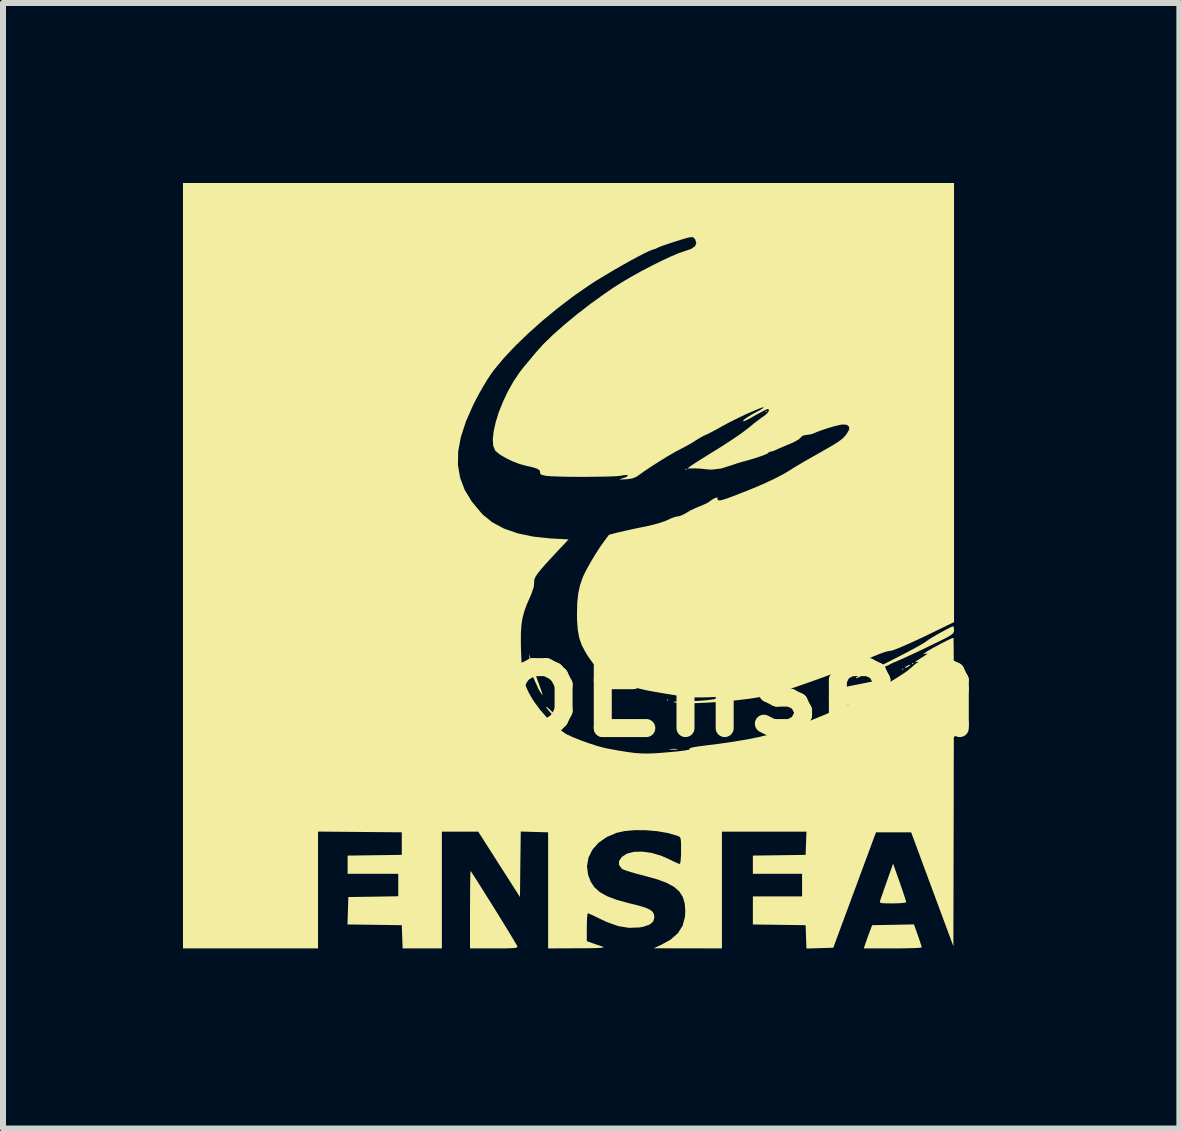
<source format=kicad_pcb>
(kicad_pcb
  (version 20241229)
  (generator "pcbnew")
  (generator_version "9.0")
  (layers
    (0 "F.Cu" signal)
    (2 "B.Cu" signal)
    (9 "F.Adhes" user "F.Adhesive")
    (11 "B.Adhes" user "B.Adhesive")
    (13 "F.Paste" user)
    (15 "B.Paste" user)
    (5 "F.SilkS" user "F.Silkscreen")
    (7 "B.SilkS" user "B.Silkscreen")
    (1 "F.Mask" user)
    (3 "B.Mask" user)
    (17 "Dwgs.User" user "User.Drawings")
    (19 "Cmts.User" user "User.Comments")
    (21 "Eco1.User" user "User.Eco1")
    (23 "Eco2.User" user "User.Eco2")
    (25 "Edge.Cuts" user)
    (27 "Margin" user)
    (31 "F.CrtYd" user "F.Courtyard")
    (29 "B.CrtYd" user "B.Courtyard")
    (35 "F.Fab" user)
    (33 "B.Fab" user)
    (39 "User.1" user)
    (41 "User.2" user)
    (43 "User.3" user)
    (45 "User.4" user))
  (footprint "logoEnsea"
    (layer "F.Cu")
    (at 7.505 8.396)
    (property "Reference" "logoEnsea" (at 0 0 0) (layer "F.SilkS") (effects (font (size 1.524 1.524) (thickness 0.3))))
    (attr board_only exclude_from_pos_files exclude_from_bom)
    (fp_poly (pts (xy 0.586 0.223) (xy 0.575 0.235) (xy 0.563 0.223) (xy 0.575 0.211)) (stroke (width 0) (type solid)) (fill yes) (layer "F.SilkS"))
    (fp_poly (pts (xy 0.891 -3.624) (xy 0.88 -3.612) (xy 0.868 -3.624) (xy 0.88 -3.635)) (stroke (width 0) (type solid)) (fill yes) (layer "F.SilkS"))
    (fp_poly (pts (xy 2.228 -4.585) (xy 2.216 -4.573) (xy 2.205 -4.585) (xy 2.216 -4.597)) (stroke (width 0) (type solid)) (fill yes) (layer "F.SilkS"))
    (fp_poly (pts (xy 3.846 -0.199) (xy 3.835 -0.188) (xy 3.823 -0.199) (xy 3.835 -0.211)) (stroke (width 0) (type solid)) (fill yes) (layer "F.SilkS"))
    (fp_poly (pts (xy 3.893 -0.223) (xy 3.882 -0.211) (xy 3.87 -0.223) (xy 3.882 -0.235)) (stroke (width 0) (type solid)) (fill yes) (layer "F.SilkS"))
    (fp_poly (pts (xy 4.503 -0.293) (xy 4.491 -0.281) (xy 4.48 -0.293) (xy 4.491 -0.305)) (stroke (width 0) (type solid)) (fill yes) (layer "F.SilkS"))
    (fp_poly (pts (xy 4.667 -0.387) (xy 4.655 -0.375) (xy 4.644 -0.387) (xy 4.655 -0.399)) (stroke (width 0) (type solid)) (fill yes) (layer "F.SilkS"))
    (fp_poly (pts (xy 0.733 1.039) (xy 0.743 1.044) (xy 0.712 1.048) (xy 0.668 1.049) (xy 0.615 1.047) (xy 0.6 1.043) (xy 0.616 1.039) (xy 0.685 1.035)) (stroke (width 0) (type solid)) (fill yes) (layer "F.SilkS"))
    (fp_poly (pts (xy 3.792 -0.177) (xy 3.776 -0.164) (xy 3.733 -0.144) (xy 3.717 -0.141) (xy 3.713 -0.151) (xy 3.729 -0.164) (xy 3.772 -0.184) (xy 3.788 -0.187)) (stroke (width 0) (type solid)) (fill yes) (layer "F.SilkS"))
    (fp_poly (pts (xy 4.62 -0.365) (xy 4.602 -0.346) (xy 4.573 -0.328) (xy 4.537 -0.313) (xy 4.527 -0.315) (xy 4.544 -0.334) (xy 4.573 -0.352) (xy 4.61 -0.367)) (stroke (width 0) (type solid)) (fill yes) (layer "F.SilkS"))
    (fp_poly (pts (xy -1.44 0.339) (xy -1.405 0.367) (xy -1.36 0.411) (xy -1.313 0.459) (xy -1.277 0.502) (xy -1.264 0.522) (xy -1.249 0.556) (xy -1.259 0.556) (xy -1.296 0.522) (xy -1.357 0.458) (xy -1.408 0.4) (xy -1.444 0.355) (xy -1.454 0.336)) (stroke (width 0) (type solid)) (fill yes) (layer "F.SilkS"))
    (fp_poly (pts (xy -1.679 -0.362) (xy -1.642 -0.247) (xy -1.601 -0.124) (xy -1.563 -0.02) (xy -1.562 -0.016) (xy -1.534 0.06) (xy -1.516 0.116) (xy -1.511 0.14) (xy -1.512 0.141) (xy -1.527 0.122) (xy -1.558 0.076) (xy -1.578 0.041) (xy -1.669 -0.16) (xy -1.72 -0.376) (xy -1.724 -0.417) (xy -1.737 -0.551)) (stroke (width 0) (type solid)) (fill yes) (layer "F.SilkS"))
    (fp_poly (pts (xy 4.744 4.145) (xy 4.774 4.231) (xy 4.796 4.3) (xy 4.807 4.34) (xy 4.808 4.345) (xy 4.786 4.35) (xy 4.723 4.355) (xy 4.628 4.358) (xy 4.507 4.361) (xy 4.366 4.362) (xy 4.326 4.362) (xy 3.843 4.362) (xy 3.86 4.31) (xy 3.877 4.26) (xy 3.904 4.184) (xy 3.929 4.116) (xy 3.982 3.975) (xy 4.331 3.969) (xy 4.679 3.962)) (stroke (width 0) (type solid)) (fill yes) (layer "F.SilkS"))
    (fp_poly (pts (xy 4.441 3.259) (xy 4.48 3.373) (xy 4.513 3.471) (xy 4.537 3.545) (xy 4.549 3.586) (xy 4.55 3.59) (xy 4.528 3.6) (xy 4.47 3.607) (xy 4.385 3.611) (xy 4.326 3.612) (xy 4.222 3.611) (xy 4.157 3.609) (xy 4.123 3.602) (xy 4.112 3.589) (xy 4.115 3.567) (xy 4.118 3.559) (xy 4.132 3.517) (xy 4.158 3.442) (xy 4.192 3.343) (xy 4.231 3.232) (xy 4.233 3.228) (xy 4.331 2.95)) (stroke (width 0) (type solid)) (fill yes) (layer "F.SilkS"))
    (fp_poly (pts (xy -2.697 3.091) (xy -2.662 3.145) (xy -2.61 3.226) (xy -2.544 3.33) (xy -2.468 3.451) (xy -2.385 3.583) (xy -2.3 3.719) (xy -2.216 3.855) (xy -2.137 3.984) (xy -2.065 4.101) (xy -2.006 4.199) (xy -1.962 4.273) (xy -1.936 4.317) (xy -1.932 4.326) (xy -1.932 4.339) (xy -1.946 4.349) (xy -1.981 4.355) (xy -2.043 4.359) (xy -2.137 4.362) (xy -2.271 4.362) (xy -2.319 4.362) (xy -2.721 4.362) (xy -2.721 3.717) (xy -2.72 3.549) (xy -2.719 3.397) (xy -2.718 3.267) (xy -2.716 3.166) (xy -2.714 3.099) (xy -2.712 3.073) (xy -2.711 3.072)) (stroke (width 0) (type solid)) (fill yes) (layer "F.SilkS"))
    (fp_poly (pts (xy 5.343 -0.988) (xy 5.347 -0.942) (xy 5.345 -0.918) (xy 5.335 -0.896) (xy 5.312 -0.873) (xy 5.27 -0.845) (xy 5.203 -0.808) (xy 5.107 -0.76) (xy 4.975 -0.696) (xy 4.928 -0.673) (xy 4.792 -0.608) (xy 4.663 -0.547) (xy 4.55 -0.495) (xy 4.462 -0.455) (xy 4.408 -0.432) (xy 4.406 -0.431) (xy 4.339 -0.403) (xy 4.289 -0.379) (xy 4.278 -0.372) (xy 4.246 -0.356) (xy 4.186 -0.33) (xy 4.109 -0.301) (xy 4.031 -0.272) (xy 3.965 -0.249) (xy 3.923 -0.237) (xy 3.917 -0.236) (xy 3.931 -0.246) (xy 3.98 -0.273) (xy 4.054 -0.312) (xy 4.128 -0.35) (xy 4.324 -0.45) (xy 4.497 -0.539) (xy 4.643 -0.616) (xy 4.759 -0.679) (xy 4.84 -0.726) (xy 4.884 -0.755) (xy 4.89 -0.76) (xy 4.918 -0.781) (xy 4.976 -0.817) (xy 5.052 -0.862) (xy 5.136 -0.909) (xy 5.217 -0.953) (xy 5.284 -0.988) (xy 5.326 -1.007) (xy 5.333 -1.008)) (stroke (width 0) (type solid)) (fill yes) (layer "F.SilkS"))
    (fp_poly (pts (xy 5.347 -1.077) (xy 4.861 -0.841) (xy 4.717 -0.773) (xy 4.582 -0.712) (xy 4.465 -0.661) (xy 4.371 -0.623) (xy 4.309 -0.602) (xy 4.292 -0.599) (xy 4.245 -0.592) (xy 4.187 -0.576) (xy 4.11 -0.548) (xy 4.01 -0.508) (xy 3.881 -0.452) (xy 3.717 -0.378) (xy 3.668 -0.356) (xy 3.553 -0.307) (xy 3.407 -0.248) (xy 3.239 -0.184) (xy 3.058 -0.118) (xy 2.872 -0.052) (xy 2.692 0.01) (xy 2.525 0.065) (xy 2.381 0.11) (xy 2.268 0.142) (xy 2.235 0.15) (xy 2.101 0.175) (xy 1.94 0.2) (xy 1.76 0.222) (xy 1.57 0.241) (xy 1.378 0.257) (xy 1.193 0.268) (xy 1.022 0.275) (xy 0.875 0.277) (xy 0.761 0.272) (xy 0.706 0.265) (xy 0.674 0.257) (xy 0.676 0.251) (xy 0.716 0.247) (xy 0.796 0.244) (xy 0.917 0.242) (xy 1.08 0.236) (xy 1.226 0.225) (xy 1.344 0.209) (xy 1.384 0.201) (xy 1.536 0.164) (xy 1.25 0.176) (xy 1.134 0.179) (xy 1.031 0.178) (xy 0.928 0.171) (xy 0.814 0.159) (xy 0.675 0.139) (xy 0.541 0.117) (xy 0.362 0.086) (xy 0.22 0.06) (xy 0.104 0.033) (xy 0.004 0.005) (xy -0.091 -0.029) (xy -0.19 -0.07) (xy -0.304 -0.123) (xy -0.32 -0.13) (xy -0.458 -0.204) (xy -0.569 -0.284) (xy -0.663 -0.38) (xy -0.753 -0.505) (xy -0.795 -0.574) (xy -0.857 -0.69) (xy -0.899 -0.808) (xy -0.924 -0.941) (xy -0.936 -1.1) (xy -0.938 -1.212) (xy -0.933 -1.401) (xy -0.917 -1.556) (xy -0.887 -1.692) (xy -0.842 -1.821) (xy -0.83 -1.849) (xy -0.781 -1.949) (xy -0.712 -2.072) (xy -0.634 -2.203) (xy -0.554 -2.327) (xy -0.483 -2.427) (xy -0.442 -2.482) (xy -0.415 -2.519) (xy -0.409 -2.528) (xy -0.385 -2.537) (xy -0.323 -2.554) (xy -0.233 -2.576) (xy -0.123 -2.601) (xy -0.003 -2.628) (xy 0.12 -2.654) (xy 0.211 -2.672) (xy 0.328 -2.699) (xy 0.44 -2.73) (xy 0.533 -2.762) (xy 0.571 -2.779) (xy 0.646 -2.813) (xy 0.712 -2.834) (xy 0.74 -2.838) (xy 0.794 -2.851) (xy 0.861 -2.883) (xy 0.88 -2.895) (xy 0.952 -2.937) (xy 1.042 -2.98) (xy 1.098 -3.003) (xy 1.176 -3.035) (xy 1.239 -3.065) (xy 1.266 -3.083) (xy 1.313 -3.117) (xy 1.36 -3.143) (xy 1.395 -3.155) (xy 1.405 -3.15) (xy 1.404 -3.121) (xy 1.417 -3.107) (xy 1.451 -3.106) (xy 1.509 -3.12) (xy 1.599 -3.151) (xy 1.726 -3.199) (xy 1.739 -3.204) (xy 1.961 -3.292) (xy 2.165 -3.378) (xy 2.343 -3.461) (xy 2.49 -3.536) (xy 2.599 -3.601) (xy 2.608 -3.606) (xy 2.665 -3.643) (xy 2.753 -3.696) (xy 2.861 -3.759) (xy 2.978 -3.826) (xy 3.014 -3.846) (xy 3.165 -3.932) (xy 3.281 -3.998) (xy 3.368 -4.051) (xy 3.432 -4.093) (xy 3.479 -4.128) (xy 3.514 -4.162) (xy 3.544 -4.196) (xy 3.556 -4.211) (xy 3.598 -4.284) (xy 3.598 -4.335) (xy 3.558 -4.365) (xy 3.492 -4.371) (xy 3.436 -4.362) (xy 3.35 -4.341) (xy 3.248 -4.311) (xy 3.145 -4.277) (xy 3.054 -4.243) (xy 2.996 -4.218) (xy 2.943 -4.203) (xy 2.886 -4.198) (xy 2.82 -4.182) (xy 2.793 -4.154) (xy 2.76 -4.124) (xy 2.696 -4.086) (xy 2.615 -4.049) (xy 2.61 -4.047) (xy 2.52 -4.01) (xy 2.439 -3.975) (xy 2.384 -3.95) (xy 2.327 -3.926) (xy 2.285 -3.917) (xy 2.255 -3.906) (xy 2.252 -3.898) (xy 2.23 -3.882) (xy 2.172 -3.858) (xy 2.085 -3.827) (xy 1.977 -3.793) (xy 1.857 -3.759) (xy 1.818 -3.749) (xy 1.732 -3.723) (xy 1.649 -3.695) (xy 1.642 -3.692) (xy 1.466 -3.637) (xy 1.309 -3.618) (xy 1.225 -3.623) (xy 1.129 -3.634) (xy 1.03 -3.639) (xy 1.008 -3.639) (xy 0.903 -3.637) (xy 0.959 -3.68) (xy 0.997 -3.706) (xy 1.067 -3.751) (xy 1.162 -3.811) (xy 1.275 -3.881) (xy 1.391 -3.953) (xy 1.524 -4.037) (xy 1.657 -4.124) (xy 1.779 -4.207) (xy 1.878 -4.28) (xy 1.933 -4.323) (xy 2.016 -4.391) (xy 2.095 -4.452) (xy 2.157 -4.497) (xy 2.173 -4.507) (xy 2.223 -4.546) (xy 2.254 -4.585) (xy 2.263 -4.615) (xy 2.246 -4.628) (xy 2.22 -4.621) (xy 2.176 -4.601) (xy 2.106 -4.563) (xy 2.022 -4.517) (xy 2.006 -4.507) (xy 1.929 -4.464) (xy 1.868 -4.434) (xy 1.835 -4.422) (xy 1.832 -4.423) (xy 1.839 -4.445) (xy 1.887 -4.482) (xy 1.97 -4.533) (xy 2.049 -4.576) (xy 2.117 -4.613) (xy 2.162 -4.642) (xy 2.176 -4.657) (xy 2.15 -4.654) (xy 2.09 -4.632) (xy 2.005 -4.597) (xy 1.902 -4.552) (xy 1.79 -4.499) (xy 1.677 -4.444) (xy 1.571 -4.39) (xy 1.481 -4.341) (xy 1.387 -4.288) (xy 1.3 -4.242) (xy 1.234 -4.209) (xy 1.212 -4.2) (xy 1.152 -4.171) (xy 1.078 -4.128) (xy 1.048 -4.108) (xy 0.972 -4.061) (xy 0.877 -4.007) (xy 0.809 -3.972) (xy 0.7 -3.914) (xy 0.569 -3.838) (xy 0.43 -3.753) (xy 0.296 -3.667) (xy 0.181 -3.59) (xy 0.125 -3.549) (xy 0.051 -3.498) (xy -0.017 -3.471) (xy -0.103 -3.459) (xy -0.127 -3.457) (xy -0.199 -3.454) (xy -0.227 -3.455) (xy -0.216 -3.462) (xy -0.192 -3.469) (xy -0.118 -3.494) (xy -0.088 -3.516) (xy -0.101 -3.528) (xy -0.156 -3.526) (xy -0.2 -3.518) (xy -0.252 -3.511) (xy -0.343 -3.506) (xy -0.463 -3.502) (xy -0.604 -3.5) (xy -0.758 -3.498) (xy -0.917 -3.498) (xy -1.07 -3.499) (xy -1.211 -3.502) (xy -1.329 -3.506) (xy -1.418 -3.511) (xy -1.454 -3.515) (xy -1.521 -3.529) (xy -1.55 -3.549) (xy -1.553 -3.571) (xy -1.559 -3.603) (xy -1.595 -3.631) (xy -1.666 -3.655) (xy -1.778 -3.681) (xy -1.789 -3.683) (xy -1.894 -3.712) (xy -2.01 -3.756) (xy -2.123 -3.811) (xy -2.22 -3.868) (xy -2.288 -3.922) (xy -2.3 -3.935) (xy -2.333 -4.012) (xy -2.341 -4.121) (xy -2.327 -4.255) (xy -2.293 -4.409) (xy -2.241 -4.576) (xy -2.172 -4.748) (xy -2.09 -4.921) (xy -1.997 -5.087) (xy -1.894 -5.24) (xy -1.826 -5.328) (xy -1.766 -5.399) (xy -1.692 -5.488) (xy -1.624 -5.57) (xy -1.499 -5.709) (xy -1.34 -5.864) (xy -1.151 -6.031) (xy -0.941 -6.205) (xy -0.714 -6.38) (xy -0.477 -6.551) (xy -0.34 -6.645) (xy -0.202 -6.733) (xy -0.044 -6.827) (xy 0.125 -6.921) (xy 0.298 -7.012) (xy 0.466 -7.096) (xy 0.62 -7.168) (xy 0.752 -7.224) (xy 0.853 -7.259) (xy 0.858 -7.26) (xy 0.966 -7.298) (xy 1.03 -7.342) (xy 1.051 -7.395) (xy 1.033 -7.455) (xy 1.001 -7.491) (xy 0.951 -7.493) (xy 0.943 -7.491) (xy 0.882 -7.476) (xy 0.797 -7.451) (xy 0.699 -7.42) (xy 0.601 -7.388) (xy 0.512 -7.358) (xy 0.445 -7.334) (xy 0.411 -7.319) (xy 0.41 -7.318) (xy 0.371 -7.299) (xy 0.328 -7.286) (xy 0.276 -7.267) (xy 0.19 -7.226) (xy 0.079 -7.169) (xy -0.05 -7.099) (xy -0.191 -7.02) (xy -0.337 -6.936) (xy -0.48 -6.851) (xy -0.614 -6.77) (xy -0.73 -6.695) (xy -0.737 -6.69) (xy -0.999 -6.508) (xy -1.26 -6.309) (xy -1.512 -6.101) (xy -1.75 -5.889) (xy -1.968 -5.679) (xy -2.159 -5.475) (xy -2.317 -5.285) (xy -2.366 -5.218) (xy -2.436 -5.113) (xy -2.515 -4.981) (xy -2.594 -4.84) (xy -2.663 -4.707) (xy -2.663 -4.707) (xy -2.788 -4.424) (xy -2.873 -4.163) (xy -2.918 -3.922) (xy -2.922 -3.696) (xy -2.886 -3.484) (xy -2.81 -3.282) (xy -2.692 -3.087) (xy -2.533 -2.896) (xy -2.504 -2.866) (xy -2.35 -2.74) (xy -2.157 -2.637) (xy -1.929 -2.557) (xy -1.668 -2.502) (xy -1.378 -2.471) (xy -1.369 -2.471) (xy -1.078 -2.455) (xy -1.237 -2.286) (xy -1.367 -2.147) (xy -1.468 -2.036) (xy -1.543 -1.95) (xy -1.596 -1.883) (xy -1.629 -1.832) (xy -1.647 -1.792) (xy -1.652 -1.758) (xy -1.651 -1.741) (xy -1.659 -1.661) (xy -1.697 -1.548) (xy -1.72 -1.495) (xy -1.778 -1.363) (xy -1.819 -1.246) (xy -1.848 -1.134) (xy -1.865 -1.015) (xy -1.873 -0.878) (xy -1.873 -0.711) (xy -1.871 -0.619) (xy -1.863 -0.423) (xy -1.849 -0.263) (xy -1.826 -0.129) (xy -1.792 -0.013) (xy -1.744 0.095) (xy -1.68 0.207) (xy -1.643 0.263) (xy -1.554 0.383) (xy -1.448 0.505) (xy -1.334 0.619) (xy -1.224 0.715) (xy -1.127 0.784) (xy -1.105 0.796) (xy -1.003 0.843) (xy -0.875 0.894) (xy -0.736 0.944) (xy -0.601 0.987) (xy -0.486 1.019) (xy -0.446 1.028) (xy -0.255 1.063) (xy -0.1 1.088) (xy 0.03 1.105) (xy 0.146 1.113) (xy 0.257 1.114) (xy 0.375 1.109) (xy 0.461 1.103) (xy 0.636 1.088) (xy 0.769 1.075) (xy 0.861 1.063) (xy 0.918 1.052) (xy 0.943 1.042) (xy 0.939 1.032) (xy 0.948 1.023) (xy 0.996 1.01) (xy 1.073 0.997) (xy 1.13 0.989) (xy 1.425 0.952) (xy 1.682 0.915) (xy 1.906 0.877) (xy 2.108 0.836) (xy 2.294 0.79) (xy 2.471 0.739) (xy 2.649 0.68) (xy 2.737 0.648) (xy 2.893 0.588) (xy 3.065 0.519) (xy 3.245 0.444) (xy 3.423 0.367) (xy 3.59 0.293) (xy 3.735 0.226) (xy 3.851 0.169) (xy 3.893 0.146) (xy 4.037 0.065) (xy 4.179 -0.017) (xy 4.312 -0.097) (xy 4.428 -0.17) (xy 4.52 -0.23) (xy 4.58 -0.273) (xy 4.586 -0.279) (xy 4.649 -0.331) (xy 4.709 -0.378) (xy 4.715 -0.382) (xy 4.75 -0.41) (xy 4.747 -0.417) (xy 4.726 -0.412) (xy 4.702 -0.407) (xy 4.699 -0.412) (xy 4.723 -0.43) (xy 4.778 -0.466) (xy 4.843 -0.507) (xy 4.893 -0.54) (xy 4.903 -0.553) (xy 4.878 -0.55) (xy 4.838 -0.541) (xy 4.841 -0.549) (xy 4.867 -0.568) (xy 4.916 -0.6) (xy 4.987 -0.641) (xy 5.072 -0.687) (xy 5.158 -0.733) (xy 5.238 -0.773) (xy 5.299 -0.802) (xy 5.334 -0.815) (xy 5.337 -0.815) (xy 5.339 -0.791) (xy 5.34 -0.723) (xy 5.341 -0.614) (xy 5.342 -0.467) (xy 5.342 -0.285) (xy 5.343 -0.071) (xy 5.343 0.171) (xy 5.343 0.439) (xy 5.343 0.73) (xy 5.343 1.041) (xy 5.342 1.368) (xy 5.342 1.709) (xy 5.342 1.761) (xy 5.336 4.326) (xy 4.984 3.377) (xy 4.632 2.427) (xy 4.046 2.427) (xy 3.69 3.389) (xy 3.334 4.351) (xy 2.887 4.364) (xy 2.88 4.17) (xy 2.873 3.975) (xy 2.433 3.969) (xy 1.994 3.963) (xy 1.994 3.495) (xy 2.814 3.495) (xy 2.814 3.119) (xy 1.994 3.119) (xy 1.994 2.815) (xy 2.433 2.809) (xy 2.873 2.803) (xy 2.88 2.609) (xy 2.887 2.416) (xy 1.478 2.416) (xy 1.478 4.362) (xy 0.34 4.36) (xy 0.463 4.304) (xy 0.625 4.214) (xy 0.744 4.109) (xy 0.822 3.986) (xy 0.861 3.841) (xy 0.868 3.743) (xy 0.858 3.613) (xy 0.826 3.504) (xy 0.767 3.412) (xy 0.678 3.335) (xy 0.554 3.268) (xy 0.391 3.208) (xy 0.186 3.152) (xy 0.185 3.151) (xy 0.063 3.12) (xy -0.045 3.089) (xy -0.13 3.061) (xy -0.182 3.04) (xy -0.191 3.034) (xy -0.237 2.97) (xy -0.237 2.905) (xy -0.19 2.837) (xy -0.104 2.782) (xy 0.013 2.752) (xy 0.152 2.749) (xy 0.304 2.77) (xy 0.463 2.816) (xy 0.588 2.871) (xy 0.669 2.911) (xy 0.734 2.94) (xy 0.772 2.955) (xy 0.776 2.955) (xy 0.785 2.933) (xy 0.792 2.875) (xy 0.797 2.79) (xy 0.797 2.732) (xy 0.797 2.628) (xy 0.794 2.562) (xy 0.786 2.523) (xy 0.77 2.501) (xy 0.744 2.488) (xy 0.733 2.484) (xy 0.582 2.44) (xy 0.404 2.409) (xy 0.215 2.392) (xy 0.029 2.391) (xy -0.141 2.406) (xy -0.272 2.434) (xy -0.441 2.505) (xy -0.578 2.601) (xy -0.681 2.717) (xy -0.746 2.849) (xy -0.771 2.991) (xy -0.753 3.134) (xy -0.71 3.248) (xy -0.647 3.344) (xy -0.557 3.424) (xy -0.436 3.492) (xy -0.278 3.552) (xy -0.08 3.607) (xy -0.054 3.613) (xy 0.095 3.65) (xy 0.203 3.683) (xy 0.277 3.716) (xy 0.322 3.751) (xy 0.345 3.793) (xy 0.352 3.845) (xy 0.352 3.846) (xy 0.332 3.915) (xy 0.271 3.966) (xy 0.168 4.001) (xy 0.101 4.013) (xy -0.073 4.019) (xy -0.251 3.99) (xy -0.442 3.922) (xy -0.528 3.881) (xy -0.619 3.837) (xy -0.694 3.802) (xy -0.743 3.78) (xy -0.757 3.776) (xy -0.764 3.798) (xy -0.77 3.857) (xy -0.773 3.942) (xy -0.774 4.009) (xy -0.774 4.241) (xy -0.674 4.277) (xy -0.594 4.305) (xy -0.519 4.33) (xy -0.504 4.336) (xy -0.493 4.344) (xy -0.517 4.35) (xy -0.579 4.355) (xy -0.68 4.358) (xy -0.825 4.36) (xy -0.926 4.36) (xy -1.419 4.362) (xy -1.419 2.427) (xy -1.647 2.421) (xy -1.875 2.414) (xy -1.882 2.96) (xy -1.888 3.506) (xy -2.236 2.961) (xy -2.584 2.416) (xy -3.19 2.416) (xy -3.19 4.362) (xy -3.844 4.362) (xy -3.851 4.169) (xy -3.858 3.975) (xy -4.31 3.969) (xy -4.763 3.963) (xy -4.756 3.734) (xy -4.749 3.506) (xy -4.333 3.5) (xy -3.917 3.493) (xy -3.917 3.119) (xy -4.761 3.119) (xy -4.761 2.815) (xy -4.31 2.809) (xy -3.858 2.803) (xy -3.858 2.427) (xy -4.556 2.421) (xy -5.254 2.415) (xy -5.254 4.362) (xy -7.505 4.362) (xy -7.505 -8.396) (xy 5.347 -8.396)) (stroke (width 0) (type solid)) (fill yes) (layer "F.SilkS")))
  (gr_rect
    (start -3 -3)
    (end 16.608 15.76)
    (stroke (width 0.1) (type default))
    (fill no)
    (layer "Edge.Cuts")))
</source>
